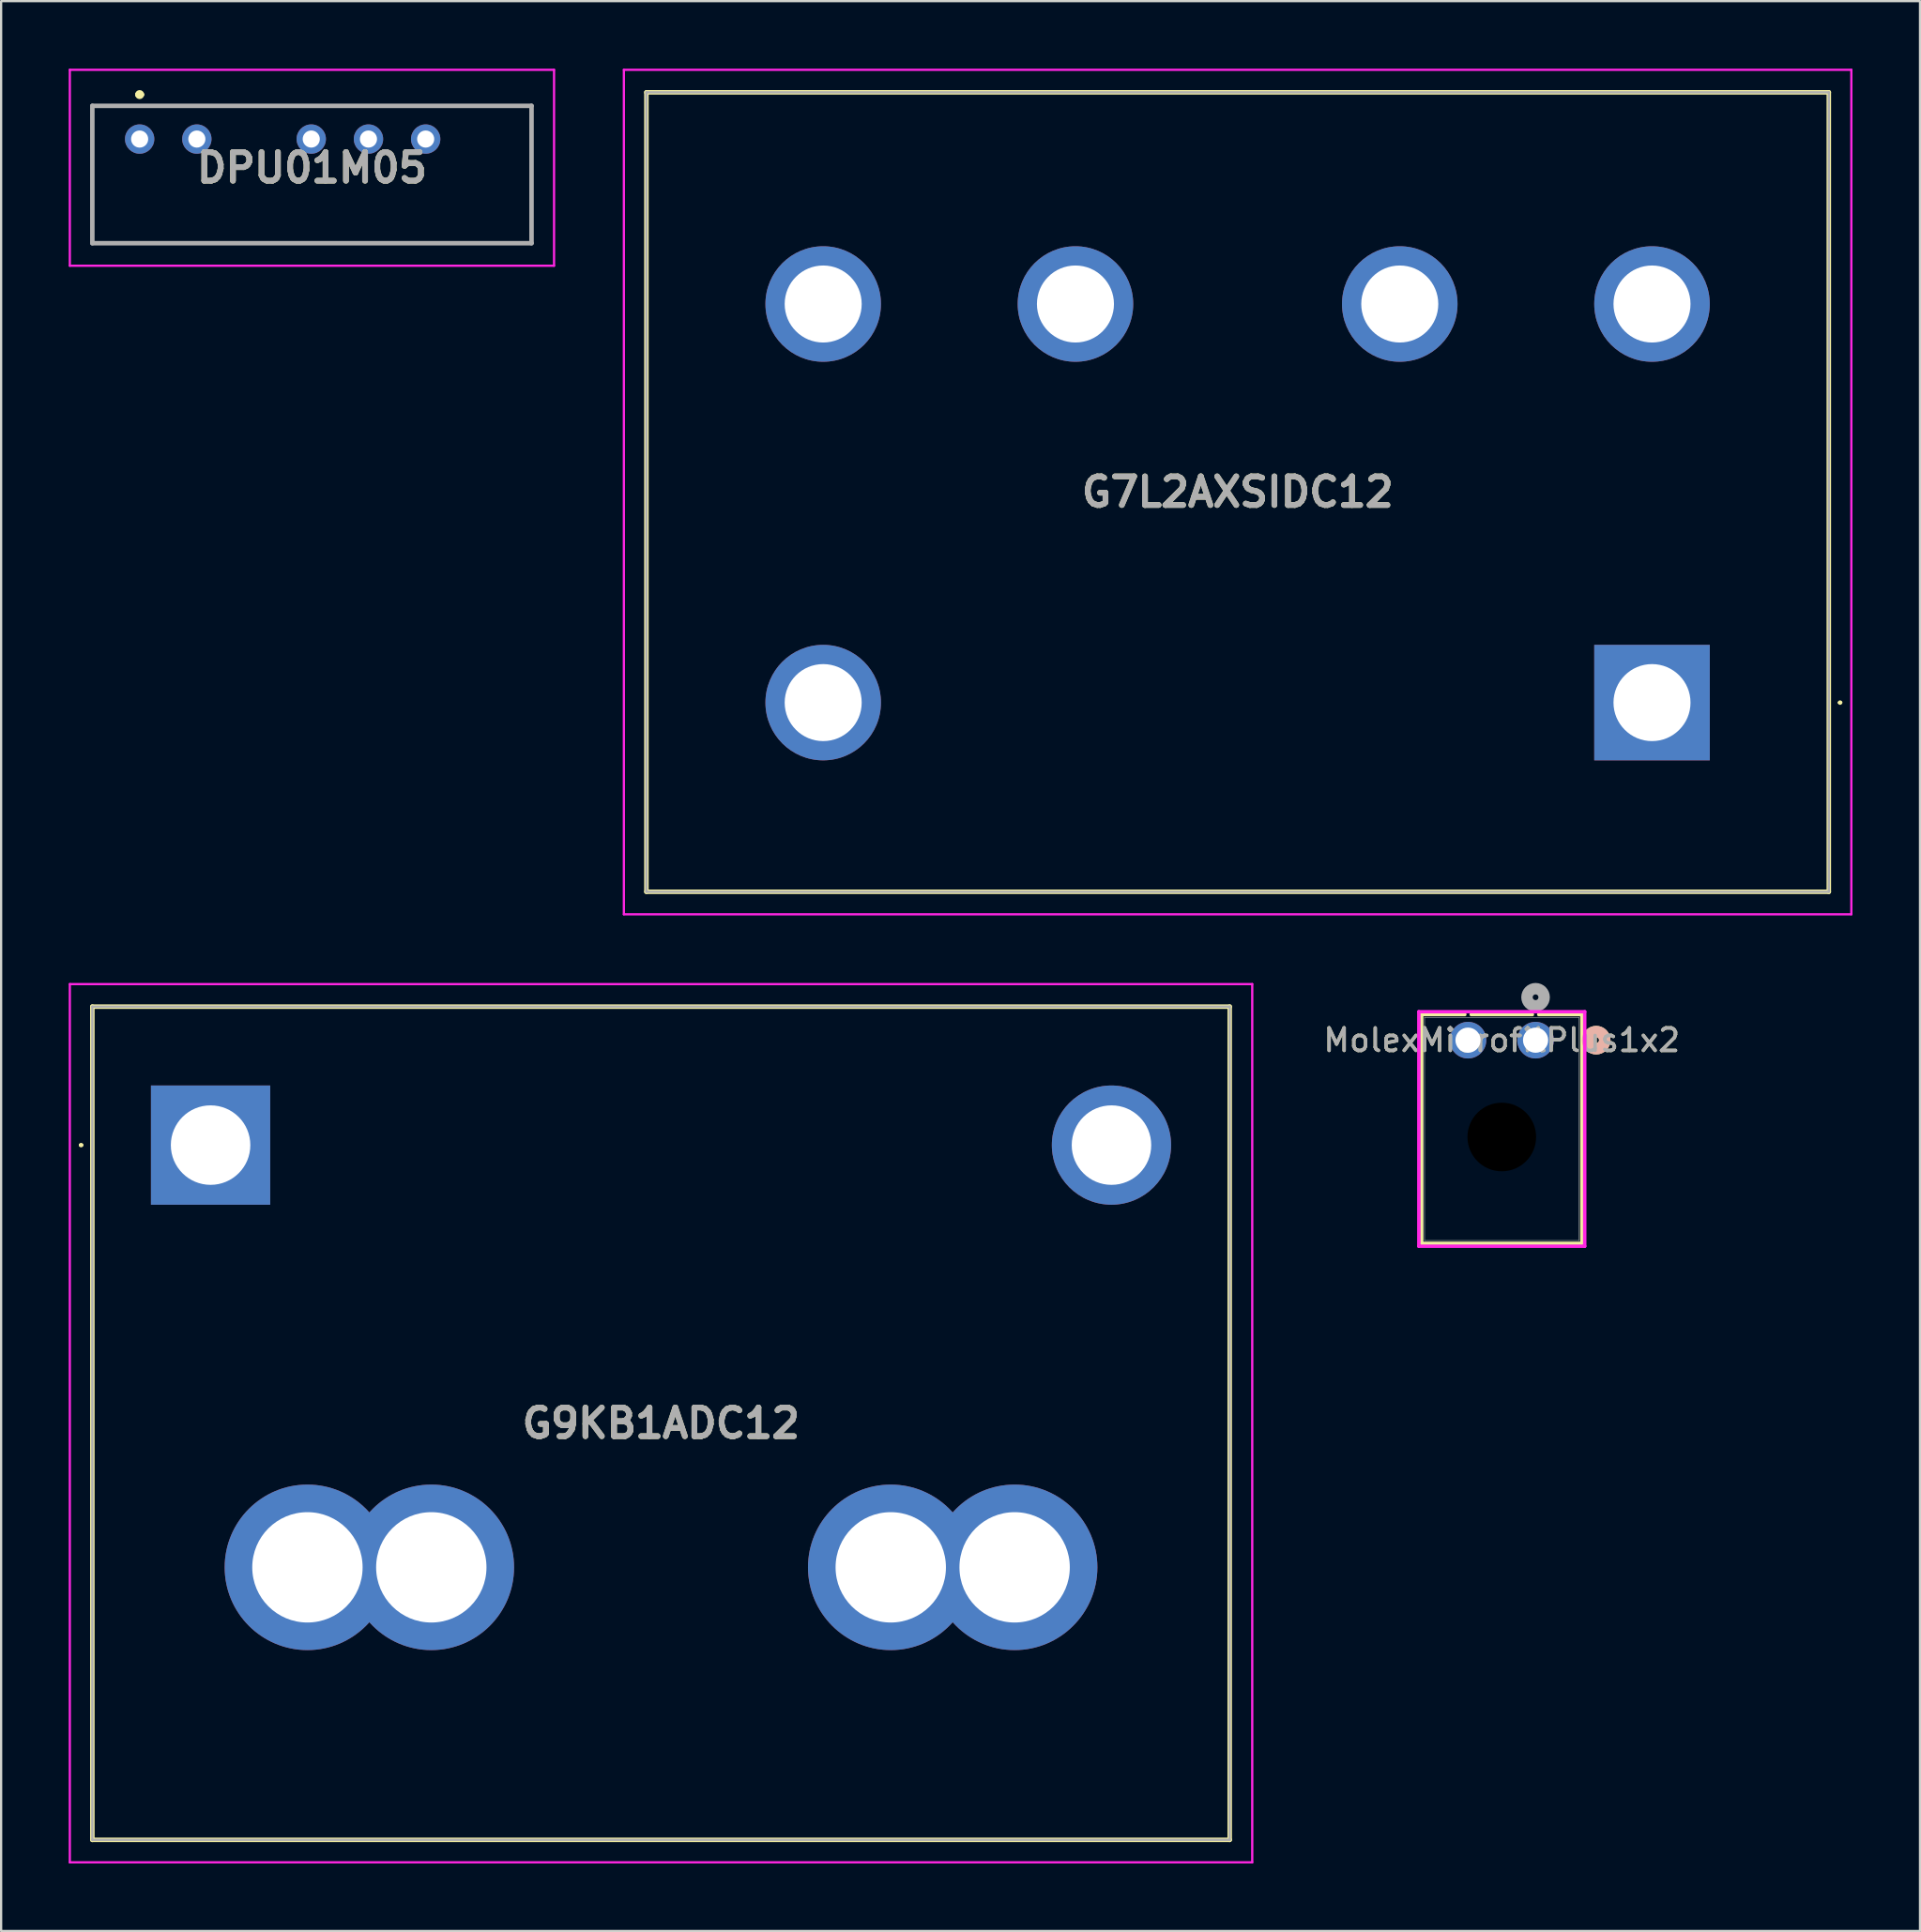
<source format=kicad_pcb>
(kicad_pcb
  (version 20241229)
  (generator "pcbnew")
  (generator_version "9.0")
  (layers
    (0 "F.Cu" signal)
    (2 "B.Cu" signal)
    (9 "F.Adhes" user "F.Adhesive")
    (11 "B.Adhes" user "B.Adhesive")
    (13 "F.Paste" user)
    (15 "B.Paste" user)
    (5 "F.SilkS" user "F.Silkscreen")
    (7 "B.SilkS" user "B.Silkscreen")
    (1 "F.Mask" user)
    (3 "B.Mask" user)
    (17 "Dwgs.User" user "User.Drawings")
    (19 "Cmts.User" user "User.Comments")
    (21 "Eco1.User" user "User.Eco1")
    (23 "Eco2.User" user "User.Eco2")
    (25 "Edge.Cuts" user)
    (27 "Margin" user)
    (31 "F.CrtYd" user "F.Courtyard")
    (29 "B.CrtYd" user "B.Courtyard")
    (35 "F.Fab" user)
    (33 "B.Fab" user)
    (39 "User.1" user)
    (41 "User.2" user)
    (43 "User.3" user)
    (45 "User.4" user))
  (footprint "G7L2AXSIDC12"
    (layer "F.Cu")
    (at 70.3 28.15)
    (property "Reference" "G7L2AXSIDC12" (at -18.4 -9.35 0) (layer "F.SilkS") (effects (font (size 1.27 1.27) (thickness 0.254))))
    (attr through_hole)
    (fp_line (start -44.65 -27.1) (end -44.65 8.4) (stroke (width 0.2) (type solid)) (layer "F.SilkS"))
    (fp_line (start -44.65 8.4) (end 7.85 8.4) (stroke (width 0.2) (type solid)) (layer "F.SilkS"))
    (fp_line (start 7.85 -27.1) (end -44.65 -27.1) (stroke (width 0.2) (type solid)) (layer "F.SilkS"))
    (fp_line (start 7.85 8.4) (end 7.85 -27.1) (stroke (width 0.2) (type solid)) (layer "F.SilkS"))
    (fp_line (start 8.3 0) (end 8.3 0) (stroke (width 0.1) (type solid)) (layer "F.SilkS"))
    (fp_line (start 8.4 0) (end 8.4 0) (stroke (width 0.1) (type solid)) (layer "F.SilkS"))
    (fp_arc (start 8.3 0) (mid 8.35 -0.05) (end 8.4 0) (stroke (width 0.1) (type solid)) (layer "F.SilkS"))
    (fp_arc (start 8.4 0) (mid 8.35 0.05) (end 8.3 0) (stroke (width 0.1) (type solid)) (layer "F.SilkS"))
    (fp_line (start -45.65 -28.1) (end -45.65 9.4) (stroke (width 0.1) (type solid)) (layer "F.CrtYd"))
    (fp_line (start -45.65 9.4) (end 8.85 9.4) (stroke (width 0.1) (type solid)) (layer "F.CrtYd"))
    (fp_line (start 8.85 -28.1) (end -45.65 -28.1) (stroke (width 0.1) (type solid)) (layer "F.CrtYd"))
    (fp_line (start 8.85 9.4) (end 8.85 -28.1) (stroke (width 0.1) (type solid)) (layer "F.CrtYd"))
    (fp_line (start -44.65 -27.1) (end -44.65 8.4) (stroke (width 0.1) (type solid)) (layer "F.Fab"))
    (fp_line (start -44.65 8.4) (end 7.85 8.4) (stroke (width 0.1) (type solid)) (layer "F.Fab"))
    (fp_line (start 7.85 -27.1) (end -44.65 -27.1) (stroke (width 0.1) (type solid)) (layer "F.Fab"))
    (fp_line (start 7.85 8.4) (end 7.85 -27.1) (stroke (width 0.1) (type solid)) (layer "F.Fab"))
    (fp_text user "${REFERENCE}" (at -18.4 -9.35 0) (layer "F.Fab") (effects (font (size 1.27 1.27) (thickness 0.254))))
    (pad "1" thru_hole rect (at 0 0) (size 5.13 5.13) (drill 3.42) (layers "*.Cu" "*.Mask"))
    (pad "2" thru_hole circle (at -36.8 -17.7) (size 5.13 5.13) (drill 3.42) (layers "*.Cu" "*.Mask"))
    (pad "4" thru_hole circle (at -25.6 -17.7) (size 5.13 5.13) (drill 3.42) (layers "*.Cu" "*.Mask"))
    (pad "6" thru_hole circle (at -11.2 -17.7) (size 5.13 5.13) (drill 3.42) (layers "*.Cu" "*.Mask"))
    (pad "8" thru_hole circle (at 0 -17.7) (size 5.13 5.13) (drill 3.42) (layers "*.Cu" "*.Mask"))
    (pad "A1" thru_hole circle (at -36.8 0) (size 5.13 5.13) (drill 3.42) (layers "*.Cu" "*.Mask")))
  (footprint "MolexMicrofitPlus1x2"
    (layer "F.Cu")
    (at 65.13 43.14)
    (property "Reference" "MolexMicrofitPlus1x2" (at -1.5 0 0) (unlocked yes) (layer "F.SilkS") (effects (font (size 1 1) (thickness 0.15))))
    (attr through_hole)
    (fp_line (start -5.056 -1.137) (end -5.056 9.023) (stroke (width 0.152) (type solid)) (layer "F.SilkS"))
    (fp_line (start -5.056 9.023) (end 2.056 9.023) (stroke (width 0.152) (type solid)) (layer "F.SilkS"))
    (fp_line (start -3.14 -1.137) (end -5.056 -1.137) (stroke (width 0.152) (type solid)) (layer "F.SilkS"))
    (fp_line (start -0.14 -1.137) (end -2.86 -1.137) (stroke (width 0.152) (type solid)) (layer "F.SilkS"))
    (fp_line (start 2.056 -1.137) (end 0.14 -1.137) (stroke (width 0.152) (type solid)) (layer "F.SilkS"))
    (fp_line (start 2.056 9.023) (end 2.056 -1.137) (stroke (width 0.152) (type solid)) (layer "F.SilkS"))
    (fp_circle (center 2.691 0) (end 3.072 0) (stroke (width 0.508) (type solid)) (fill no) (layer "F.SilkS"))
    (fp_circle (center 2.691 0) (end 3.072 0) (stroke (width 0.508) (type solid)) (fill no) (layer "B.SilkS"))
    (fp_line (start -5.183 -1.264) (end -5.183 9.15) (stroke (width 0.152) (type solid)) (layer "F.CrtYd"))
    (fp_line (start -5.183 9.15) (end 2.183 9.15) (stroke (width 0.152) (type solid)) (layer "F.CrtYd"))
    (fp_line (start 2.183 -1.264) (end -5.183 -1.264) (stroke (width 0.152) (type solid)) (layer "F.CrtYd"))
    (fp_line (start 2.183 9.15) (end 2.183 -1.264) (stroke (width 0.152) (type solid)) (layer "F.CrtYd"))
    (fp_line (start -4.929 -1.01) (end -4.929 8.896) (stroke (width 0.025) (type solid)) (layer "F.Fab"))
    (fp_line (start -4.929 8.896) (end 1.929 8.896) (stroke (width 0.025) (type solid)) (layer "F.Fab"))
    (fp_line (start 1.929 -1.01) (end -4.929 -1.01) (stroke (width 0.025) (type solid)) (layer "F.Fab"))
    (fp_line (start 1.929 8.896) (end 1.929 -1.01) (stroke (width 0.025) (type solid)) (layer "F.Fab"))
    (fp_circle (center 0 -1.905) (end 0.381 -1.905) (stroke (width 0.508) (type solid)) (fill no) (layer "F.Fab"))
    (fp_text user "${REFERENCE}" (at -1.5 0 0) (unlocked yes) (layer "F.Fab") (effects (font (size 1 1) (thickness 0.15))))
    (pad "" np_thru_hole circle (at -1.5 4.3) (size 3.048 3.048) (drill 3.048) (layers))
    (pad "1" thru_hole circle (at 0 0) (size 1.626 1.626) (drill 1.118) (layers "*.Cu" "*.Mask"))
    (pad "2" thru_hole circle (at -3 0) (size 1.626 1.626) (drill 1.118) (layers "*.Cu" "*.Mask")))
  (footprint "G9KB1ADC12"
    (layer "F.Cu")
    (at 6.3 47.8)
    (property "Reference" "G9KB1ADC12" (at 20 12.35 0) (layer "F.SilkS") (effects (font (size 1.27 1.27) (thickness 0.254))))
    (attr through_hole)
    (fp_line (start -5.8 0) (end -5.8 0) (stroke (width 0.1) (type solid)) (layer "F.SilkS"))
    (fp_line (start -5.7 0) (end -5.7 0) (stroke (width 0.1) (type solid)) (layer "F.SilkS"))
    (fp_line (start -5.25 -6.15) (end -5.25 30.85) (stroke (width 0.2) (type solid)) (layer "F.SilkS"))
    (fp_line (start -5.25 30.85) (end 45.25 30.85) (stroke (width 0.2) (type solid)) (layer "F.SilkS"))
    (fp_line (start 45.25 -6.15) (end -5.25 -6.15) (stroke (width 0.2) (type solid)) (layer "F.SilkS"))
    (fp_line (start 45.25 30.85) (end 45.25 -6.15) (stroke (width 0.2) (type solid)) (layer "F.SilkS"))
    (fp_arc (start -5.8 0) (mid -5.75 -0.05) (end -5.7 0) (stroke (width 0.1) (type solid)) (layer "F.SilkS"))
    (fp_arc (start -5.7 0) (mid -5.75 0.05) (end -5.8 0) (stroke (width 0.1) (type solid)) (layer "F.SilkS"))
    (fp_line (start -6.25 -7.15) (end -6.25 31.85) (stroke (width 0.1) (type solid)) (layer "F.CrtYd"))
    (fp_line (start -6.25 31.85) (end 46.25 31.85) (stroke (width 0.1) (type solid)) (layer "F.CrtYd"))
    (fp_line (start 46.25 -7.15) (end -6.25 -7.15) (stroke (width 0.1) (type solid)) (layer "F.CrtYd"))
    (fp_line (start 46.25 31.85) (end 46.25 -7.15) (stroke (width 0.1) (type solid)) (layer "F.CrtYd"))
    (fp_line (start -5.25 -6.15) (end -5.25 30.85) (stroke (width 0.1) (type solid)) (layer "F.Fab"))
    (fp_line (start -5.25 30.85) (end 45.25 30.85) (stroke (width 0.1) (type solid)) (layer "F.Fab"))
    (fp_line (start 45.25 -6.15) (end -5.25 -6.15) (stroke (width 0.1) (type solid)) (layer "F.Fab"))
    (fp_line (start 45.25 30.85) (end 45.25 -6.15) (stroke (width 0.1) (type solid)) (layer "F.Fab"))
    (fp_text user "${REFERENCE}" (at 20 12.35 0) (layer "F.Fab") (effects (font (size 1.27 1.27) (thickness 0.254))))
    (pad "1" thru_hole rect (at 0 0) (size 5.295 5.295) (drill 3.53) (layers "*.Cu" "*.Mask"))
    (pad "2" thru_hole circle (at 40 0) (size 5.295 5.295) (drill 3.53) (layers "*.Cu" "*.Mask"))
    (pad "A3" thru_hole circle (at 4.3 18.75) (size 7.35 7.35) (drill 4.9) (layers "*.Cu" "*.Mask"))
    (pad "A4" thru_hole circle (at 30.2 18.75) (size 7.35 7.35) (drill 4.9) (layers "*.Cu" "*.Mask"))
    (pad "B3" thru_hole circle (at 9.8 18.75) (size 7.35 7.35) (drill 4.9) (layers "*.Cu" "*.Mask"))
    (pad "B4" thru_hole circle (at 35.7 18.75) (size 7.35 7.35) (drill 4.9) (layers "*.Cu" "*.Mask")))
  (footprint "DPU01M05"
    (layer "F.Cu")
    (at 3.15 3.125)
    (property "Reference" "DPU01M05" (at 7.65 1.275 0) (layer "F.SilkS") (effects (font (size 1.27 1.27) (thickness 0.254))))
    (attr through_hole)
    (fp_line (start -2.1 -1.475) (end 17.4 -1.475) (stroke (width 0.1) (type solid)) (layer "F.SilkS"))
    (fp_line (start -2.1 4.625) (end -2.1 -1.475) (stroke (width 0.1) (type solid)) (layer "F.SilkS"))
    (fp_line (start -0.1 -1.975) (end -0.1 -1.975) (stroke (width 0.2) (type solid)) (layer "F.SilkS"))
    (fp_line (start 0.1 -1.975) (end 0.1 -1.975) (stroke (width 0.2) (type solid)) (layer "F.SilkS"))
    (fp_line (start 17.4 -1.475) (end 17.4 4.625) (stroke (width 0.1) (type solid)) (layer "F.SilkS"))
    (fp_line (start 17.4 4.625) (end -2.1 4.625) (stroke (width 0.1) (type solid)) (layer "F.SilkS"))
    (fp_arc (start -0.1 -1.975) (mid 0 -2.075) (end 0.1 -1.975) (stroke (width 0.2) (type solid)) (layer "F.SilkS"))
    (fp_arc (start 0.1 -1.975) (mid 0 -1.875) (end -0.1 -1.975) (stroke (width 0.2) (type solid)) (layer "F.SilkS"))
    (fp_line (start -3.1 -3.075) (end 18.4 -3.075) (stroke (width 0.1) (type solid)) (layer "F.CrtYd"))
    (fp_line (start -3.1 5.625) (end -3.1 -3.075) (stroke (width 0.1) (type solid)) (layer "F.CrtYd"))
    (fp_line (start 18.4 -3.075) (end 18.4 5.625) (stroke (width 0.1) (type solid)) (layer "F.CrtYd"))
    (fp_line (start 18.4 5.625) (end -3.1 5.625) (stroke (width 0.1) (type solid)) (layer "F.CrtYd"))
    (fp_line (start -2.1 -1.475) (end 17.4 -1.475) (stroke (width 0.2) (type solid)) (layer "F.Fab"))
    (fp_line (start -2.1 4.625) (end -2.1 -1.475) (stroke (width 0.2) (type solid)) (layer "F.Fab"))
    (fp_line (start 17.4 -1.475) (end 17.4 4.625) (stroke (width 0.2) (type solid)) (layer "F.Fab"))
    (fp_line (start 17.4 4.625) (end -2.1 4.625) (stroke (width 0.2) (type solid)) (layer "F.Fab"))
    (fp_text user "${REFERENCE}" (at 7.65 1.275 0) (layer "F.Fab") (effects (font (size 1.27 1.27) (thickness 0.254))))
    (pad "1" thru_hole circle (at 0 0) (size 1.303 1.303) (drill 0.76) (layers "*.Cu" "*.Mask"))
    (pad "2" thru_hole circle (at 2.54 0) (size 1.303 1.303) (drill 0.76) (layers "*.Cu" "*.Mask"))
    (pad "4" thru_hole circle (at 7.62 0) (size 1.303 1.303) (drill 0.76) (layers "*.Cu" "*.Mask"))
    (pad "5" thru_hole circle (at 10.16 0) (size 1.303 1.303) (drill 0.76) (layers "*.Cu" "*.Mask"))
    (pad "6" thru_hole circle (at 12.7 0) (size 1.303 1.303) (drill 0.76) (layers "*.Cu" "*.Mask")))
  (gr_rect
    (start -3 -3)
    (end 82.2 82.7)
    (stroke (width 0.1) (type default))
    (fill no)
    (layer "Edge.Cuts")))
</source>
